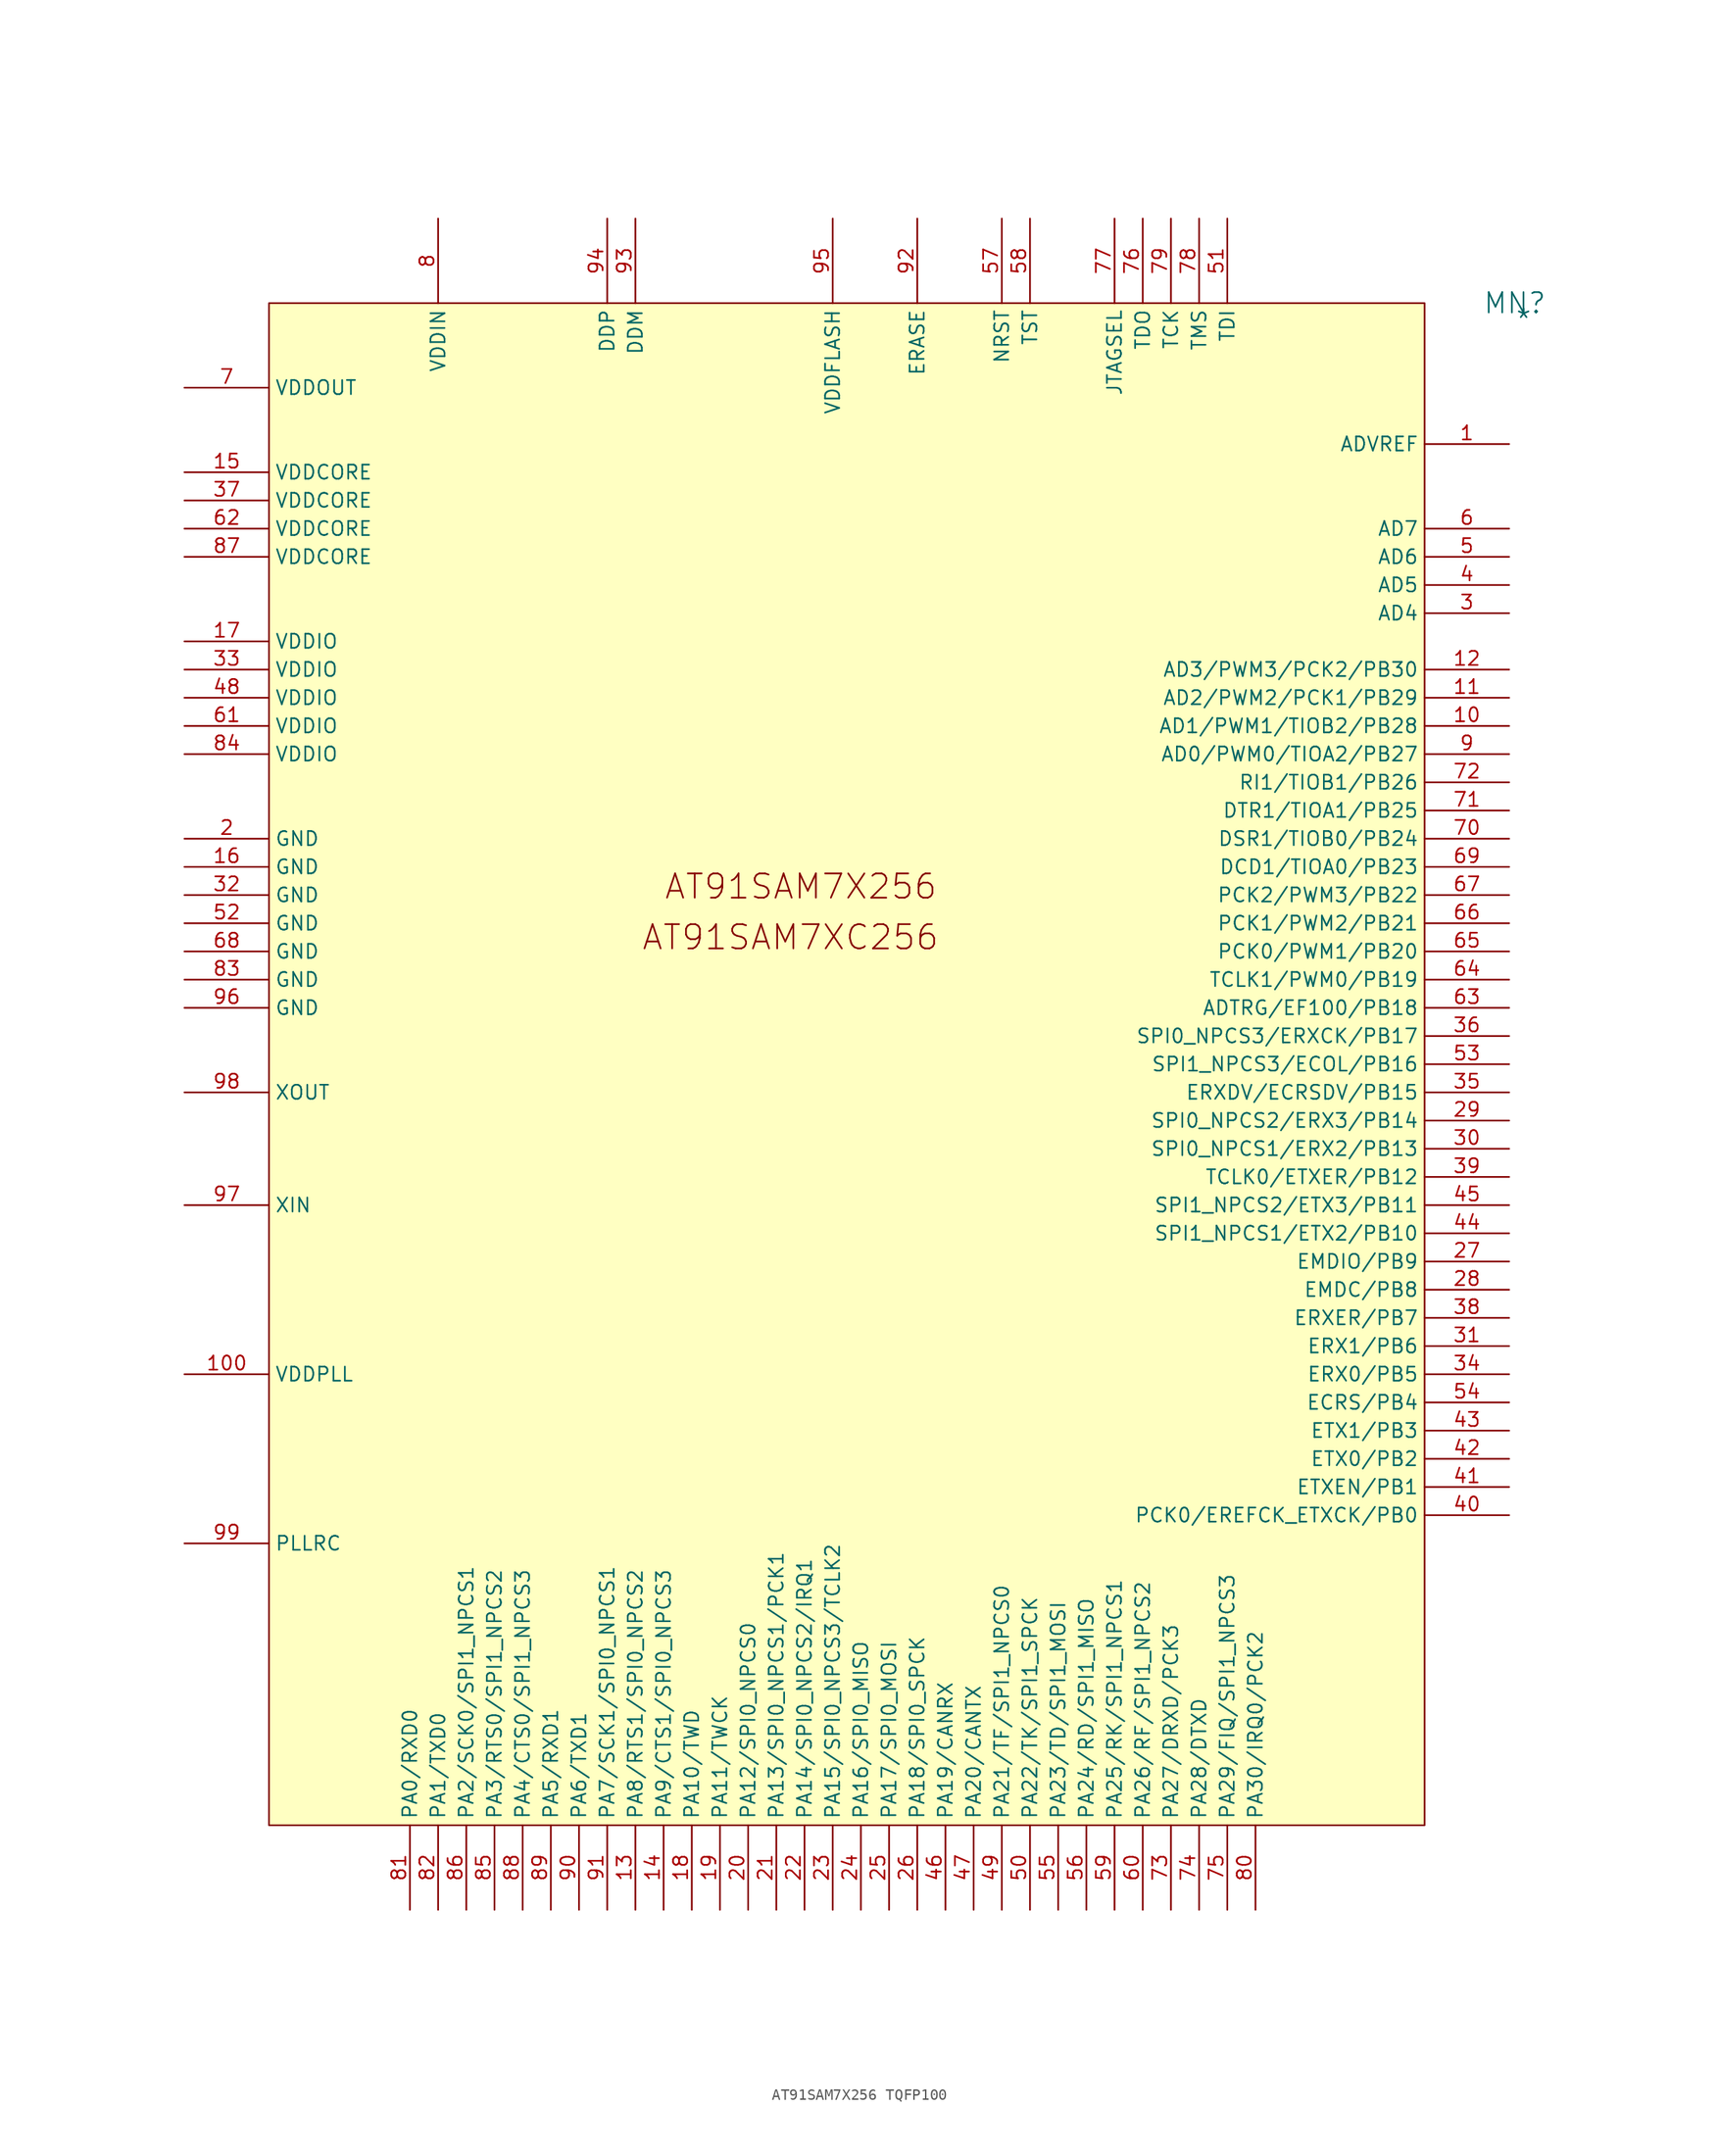
<source format=kicad_sym>
(kicad_symbol_lib
  (version 20241209)
  (generator "kicad_symbol_editor")
  (generator_version "9.0")
  (symbol "AT91SAM7X256 TQFP100"
    (property "Reference" "MN"
      (at 112.268 0 0)
      (effects (font (size 1.829 1.829))))
    (property "Value" "*"
      (at 112.268 -2.54 0)
      (effects (font (size 1.829 1.829)) (justify left bottom)))
    (symbol "AT91SAM7X256 TQFP100_1_0"
      (rectangle (start 104.14 0) (end 0 -137.16) (stroke (width 0) (type solid) (color 128 0 0 1)) (fill (type background)))
      (text "AT91SAM7XC256" (at 33.528 -58.42 0) (effects (font (size 2.184 2.184)) (justify left bottom)))
      (text "AT91SAM7X256" (at 35.56 -53.848 0) (effects (font (size 2.184 2.184)) (justify left bottom)))
      (pin power_in line (at -7.62 -7.62 0) (length 7.62) (name "VDDOUT" (effects (font (size 1.27 1.27)))) (number "7" (effects (font (size 1.27 1.27)))))
      (pin power_in line (at -7.62 -15.24 0) (length 7.62) (name "VDDCORE" (effects (font (size 1.27 1.27)))) (number "15" (effects (font (size 1.27 1.27)))))
      (pin power_in line (at -7.62 -17.78 0) (length 7.62) (name "VDDCORE" (effects (font (size 1.27 1.27)))) (number "37" (effects (font (size 1.27 1.27)))))
      (pin power_in line (at -7.62 -20.32 0) (length 7.62) (name "VDDCORE" (effects (font (size 1.27 1.27)))) (number "62" (effects (font (size 1.27 1.27)))))
      (pin power_in line (at -7.62 -22.86 0) (length 7.62) (name "VDDCORE" (effects (font (size 1.27 1.27)))) (number "87" (effects (font (size 1.27 1.27)))))
      (pin power_in line (at -7.62 -30.48 0) (length 7.62) (name "VDDIO" (effects (font (size 1.27 1.27)))) (number "17" (effects (font (size 1.27 1.27)))))
      (pin power_in line (at -7.62 -33.02 0) (length 7.62) (name "VDDIO" (effects (font (size 1.27 1.27)))) (number "33" (effects (font (size 1.27 1.27)))))
      (pin power_in line (at -7.62 -35.56 0) (length 7.62) (name "VDDIO" (effects (font (size 1.27 1.27)))) (number "48" (effects (font (size 1.27 1.27)))))
      (pin power_in line (at -7.62 -38.1 0) (length 7.62) (name "VDDIO" (effects (font (size 1.27 1.27)))) (number "61" (effects (font (size 1.27 1.27)))))
      (pin power_in line (at -7.62 -40.64 0) (length 7.62) (name "VDDIO" (effects (font (size 1.27 1.27)))) (number "84" (effects (font (size 1.27 1.27)))))
      (pin power_in line (at -7.62 -48.26 0) (length 7.62) (name "GND" (effects (font (size 1.27 1.27)))) (number "2" (effects (font (size 1.27 1.27)))))
      (pin power_in line (at -7.62 -50.8 0) (length 7.62) (name "GND" (effects (font (size 1.27 1.27)))) (number "16" (effects (font (size 1.27 1.27)))))
      (pin power_in line (at -7.62 -53.34 0) (length 7.62) (name "GND" (effects (font (size 1.27 1.27)))) (number "32" (effects (font (size 1.27 1.27)))))
      (pin power_in line (at -7.62 -55.88 0) (length 7.62) (name "GND" (effects (font (size 1.27 1.27)))) (number "52" (effects (font (size 1.27 1.27)))))
      (pin power_in line (at -7.62 -58.42 0) (length 7.62) (name "GND" (effects (font (size 1.27 1.27)))) (number "68" (effects (font (size 1.27 1.27)))))
      (pin power_in line (at -7.62 -60.96 0) (length 7.62) (name "GND" (effects (font (size 1.27 1.27)))) (number "83" (effects (font (size 1.27 1.27)))))
      (pin power_in line (at -7.62 -63.5 0) (length 7.62) (name "GND" (effects (font (size 1.27 1.27)))) (number "96" (effects (font (size 1.27 1.27)))))
      (pin output line (at -7.62 -71.12 0) (length 7.62) (name "XOUT" (effects (font (size 1.27 1.27)))) (number "98" (effects (font (size 1.27 1.27)))))
      (pin input line (at -7.62 -81.28 0) (length 7.62) (name "XIN" (effects (font (size 1.27 1.27)))) (number "97" (effects (font (size 1.27 1.27)))))
      (pin power_in line (at -7.62 -96.52 0) (length 7.62) (name "VDDPLL" (effects (font (size 1.27 1.27)))) (number "100" (effects (font (size 1.27 1.27)))))
      (pin input line (at -7.62 -111.76 0) (length 7.62) (name "PLLRC" (effects (font (size 1.27 1.27)))) (number "99" (effects (font (size 1.27 1.27)))))
      (pin bidirectional line (at 12.7 -144.78 90) (length 7.62) (name "PA0/RXD0" (effects (font (size 1.27 1.27)))) (number "81" (effects (font (size 1.27 1.27)))))
      (pin power_in line (at 15.24 7.62 270) (length 7.62) (name "VDDIN" (effects (font (size 1.27 1.27)))) (number "8" (effects (font (size 1.27 1.27)))))
      (pin bidirectional line (at 15.24 -144.78 90) (length 7.62) (name "PA1/TXD0" (effects (font (size 1.27 1.27)))) (number "82" (effects (font (size 1.27 1.27)))))
      (pin bidirectional line (at 17.78 -144.78 90) (length 7.62) (name "PA2/SCK0/SPI1_NPCS1" (effects (font (size 1.27 1.27)))) (number "86" (effects (font (size 1.27 1.27)))))
      (pin bidirectional line (at 20.32 -144.78 90) (length 7.62) (name "PA3/RTS0/SPI1_NPCS2" (effects (font (size 1.27 1.27)))) (number "85" (effects (font (size 1.27 1.27)))))
      (pin bidirectional line (at 22.86 -144.78 90) (length 7.62) (name "PA4/CTS0/SPI1_NPCS3" (effects (font (size 1.27 1.27)))) (number "88" (effects (font (size 1.27 1.27)))))
      (pin bidirectional line (at 25.4 -144.78 90) (length 7.62) (name "PA5/RXD1" (effects (font (size 1.27 1.27)))) (number "89" (effects (font (size 1.27 1.27)))))
      (pin bidirectional line (at 27.94 -144.78 90) (length 7.62) (name "PA6/TXD1" (effects (font (size 1.27 1.27)))) (number "90" (effects (font (size 1.27 1.27)))))
      (pin passive line (at 30.48 7.62 270) (length 7.62) (name "DDP" (effects (font (size 1.27 1.27)))) (number "94" (effects (font (size 1.27 1.27)))))
      (pin bidirectional line (at 30.48 -144.78 90) (length 7.62) (name "PA7/SCK1/SPI0_NPCS1" (effects (font (size 1.27 1.27)))) (number "91" (effects (font (size 1.27 1.27)))))
      (pin passive line (at 33.02 7.62 270) (length 7.62) (name "DDM" (effects (font (size 1.27 1.27)))) (number "93" (effects (font (size 1.27 1.27)))))
      (pin bidirectional line (at 33.02 -144.78 90) (length 7.62) (name "PA8/RTS1/SPI0_NPCS2" (effects (font (size 1.27 1.27)))) (number "13" (effects (font (size 1.27 1.27)))))
      (pin bidirectional line (at 35.56 -144.78 90) (length 7.62) (name "PA9/CTS1/SPI0_NPCS3" (effects (font (size 1.27 1.27)))) (number "14" (effects (font (size 1.27 1.27)))))
      (pin bidirectional line (at 38.1 -144.78 90) (length 7.62) (name "PA10/TWD" (effects (font (size 1.27 1.27)))) (number "18" (effects (font (size 1.27 1.27)))))
      (pin bidirectional line (at 40.64 -144.78 90) (length 7.62) (name "PA11/TWCK" (effects (font (size 1.27 1.27)))) (number "19" (effects (font (size 1.27 1.27)))))
      (pin bidirectional line (at 43.18 -144.78 90) (length 7.62) (name "PA12/SPI0_NPCS0" (effects (font (size 1.27 1.27)))) (number "20" (effects (font (size 1.27 1.27)))))
      (pin bidirectional line (at 45.72 -144.78 90) (length 7.62) (name "PA13/SPI0_NPCS1/PCK1" (effects (font (size 1.27 1.27)))) (number "21" (effects (font (size 1.27 1.27)))))
      (pin bidirectional line (at 48.26 -144.78 90) (length 7.62) (name "PA14/SPI0_NPCS2/IRQ1" (effects (font (size 1.27 1.27)))) (number "22" (effects (font (size 1.27 1.27)))))
      (pin power_in line (at 50.8 7.62 270) (length 7.62) (name "VDDFLASH" (effects (font (size 1.27 1.27)))) (number "95" (effects (font (size 1.27 1.27)))))
      (pin bidirectional line (at 50.8 -144.78 90) (length 7.62) (name "PA15/SPI0_NPCS3/TCLK2" (effects (font (size 1.27 1.27)))) (number "23" (effects (font (size 1.27 1.27)))))
      (pin bidirectional line (at 53.34 -144.78 90) (length 7.62) (name "PA16/SPI0_MISO" (effects (font (size 1.27 1.27)))) (number "24" (effects (font (size 1.27 1.27)))))
      (pin bidirectional line (at 55.88 -144.78 90) (length 7.62) (name "PA17/SPI0_MOSI" (effects (font (size 1.27 1.27)))) (number "25" (effects (font (size 1.27 1.27)))))
      (pin input line (at 58.42 7.62 270) (length 7.62) (name "ERASE" (effects (font (size 1.27 1.27)))) (number "92" (effects (font (size 1.27 1.27)))))
      (pin bidirectional line (at 58.42 -144.78 90) (length 7.62) (name "PA18/SPI0_SPCK" (effects (font (size 1.27 1.27)))) (number "26" (effects (font (size 1.27 1.27)))))
      (pin bidirectional line (at 60.96 -144.78 90) (length 7.62) (name "PA19/CANRX" (effects (font (size 1.27 1.27)))) (number "46" (effects (font (size 1.27 1.27)))))
      (pin bidirectional line (at 63.5 -144.78 90) (length 7.62) (name "PA20/CANTX" (effects (font (size 1.27 1.27)))) (number "47" (effects (font (size 1.27 1.27)))))
      (pin input line (at 66.04 7.62 270) (length 7.62) (name "NRST" (effects (font (size 1.27 1.27)))) (number "57" (effects (font (size 1.27 1.27)))))
      (pin bidirectional line (at 66.04 -144.78 90) (length 7.62) (name "PA21/TF/SPI1_NPCS0" (effects (font (size 1.27 1.27)))) (number "49" (effects (font (size 1.27 1.27)))))
      (pin input line (at 68.58 7.62 270) (length 7.62) (name "TST" (effects (font (size 1.27 1.27)))) (number "58" (effects (font (size 1.27 1.27)))))
      (pin bidirectional line (at 68.58 -144.78 90) (length 7.62) (name "PA22/TK/SPI1_SPCK" (effects (font (size 1.27 1.27)))) (number "50" (effects (font (size 1.27 1.27)))))
      (pin bidirectional line (at 71.12 -144.78 90) (length 7.62) (name "PA23/TD/SPI1_MOSI" (effects (font (size 1.27 1.27)))) (number "55" (effects (font (size 1.27 1.27)))))
      (pin bidirectional line (at 73.66 -144.78 90) (length 7.62) (name "PA24/RD/SPI1_MISO" (effects (font (size 1.27 1.27)))) (number "56" (effects (font (size 1.27 1.27)))))
      (pin input line (at 76.2 7.62 270) (length 7.62) (name "JTAGSEL" (effects (font (size 1.27 1.27)))) (number "77" (effects (font (size 1.27 1.27)))))
      (pin bidirectional line (at 76.2 -144.78 90) (length 7.62) (name "PA25/RK/SPI1_NPCS1" (effects (font (size 1.27 1.27)))) (number "59" (effects (font (size 1.27 1.27)))))
      (pin output line (at 78.74 7.62 270) (length 7.62) (name "TDO" (effects (font (size 1.27 1.27)))) (number "76" (effects (font (size 1.27 1.27)))))
      (pin bidirectional line (at 78.74 -144.78 90) (length 7.62) (name "PA26/RF/SPI1_NPCS2" (effects (font (size 1.27 1.27)))) (number "60" (effects (font (size 1.27 1.27)))))
      (pin input line (at 81.28 7.62 270) (length 7.62) (name "TCK" (effects (font (size 1.27 1.27)))) (number "79" (effects (font (size 1.27 1.27)))))
      (pin bidirectional line (at 81.28 -144.78 90) (length 7.62) (name "PA27/DRXD/PCK3" (effects (font (size 1.27 1.27)))) (number "73" (effects (font (size 1.27 1.27)))))
      (pin input line (at 83.82 7.62 270) (length 7.62) (name "TMS" (effects (font (size 1.27 1.27)))) (number "78" (effects (font (size 1.27 1.27)))))
      (pin bidirectional line (at 83.82 -144.78 90) (length 7.62) (name "PA28/DTXD" (effects (font (size 1.27 1.27)))) (number "74" (effects (font (size 1.27 1.27)))))
      (pin input line (at 86.36 7.62 270) (length 7.62) (name "TDI" (effects (font (size 1.27 1.27)))) (number "51" (effects (font (size 1.27 1.27)))))
      (pin bidirectional line (at 86.36 -144.78 90) (length 7.62) (name "PA29/FIQ/SPI1_NPCS3" (effects (font (size 1.27 1.27)))) (number "75" (effects (font (size 1.27 1.27)))))
      (pin bidirectional line (at 88.9 -144.78 90) (length 7.62) (name "PA30/IRQ0/PCK2" (effects (font (size 1.27 1.27)))) (number "80" (effects (font (size 1.27 1.27)))))
      (pin input line (at 111.76 -12.7 180) (length 7.62) (name "ADVREF" (effects (font (size 1.27 1.27)))) (number "1" (effects (font (size 1.27 1.27)))))
      (pin input line (at 111.76 -20.32 180) (length 7.62) (name "AD7" (effects (font (size 1.27 1.27)))) (number "6" (effects (font (size 1.27 1.27)))))
      (pin input line (at 111.76 -22.86 180) (length 7.62) (name "AD6" (effects (font (size 1.27 1.27)))) (number "5" (effects (font (size 1.27 1.27)))))
      (pin input line (at 111.76 -25.4 180) (length 7.62) (name "AD5" (effects (font (size 1.27 1.27)))) (number "4" (effects (font (size 1.27 1.27)))))
      (pin input line (at 111.76 -27.94 180) (length 7.62) (name "AD4" (effects (font (size 1.27 1.27)))) (number "3" (effects (font (size 1.27 1.27)))))
      (pin bidirectional line (at 111.76 -33.02 180) (length 7.62) (name "AD3/PWM3/PCK2/PB30" (effects (font (size 1.27 1.27)))) (number "12" (effects (font (size 1.27 1.27)))))
      (pin bidirectional line (at 111.76 -35.56 180) (length 7.62) (name "AD2/PWM2/PCK1/PB29" (effects (font (size 1.27 1.27)))) (number "11" (effects (font (size 1.27 1.27)))))
      (pin bidirectional line (at 111.76 -38.1 180) (length 7.62) (name "AD1/PWM1/TIOB2/PB28" (effects (font (size 1.27 1.27)))) (number "10" (effects (font (size 1.27 1.27)))))
      (pin bidirectional line (at 111.76 -40.64 180) (length 7.62) (name "AD0/PWM0/TIOA2/PB27" (effects (font (size 1.27 1.27)))) (number "9" (effects (font (size 1.27 1.27)))))
      (pin bidirectional line (at 111.76 -43.18 180) (length 7.62) (name "RI1/TIOB1/PB26" (effects (font (size 1.27 1.27)))) (number "72" (effects (font (size 1.27 1.27)))))
      (pin bidirectional line (at 111.76 -45.72 180) (length 7.62) (name "DTR1/TIOA1/PB25" (effects (font (size 1.27 1.27)))) (number "71" (effects (font (size 1.27 1.27)))))
      (pin bidirectional line (at 111.76 -48.26 180) (length 7.62) (name "DSR1/TIOB0/PB24" (effects (font (size 1.27 1.27)))) (number "70" (effects (font (size 1.27 1.27)))))
      (pin bidirectional line (at 111.76 -50.8 180) (length 7.62) (name "DCD1/TIOA0/PB23" (effects (font (size 1.27 1.27)))) (number "69" (effects (font (size 1.27 1.27)))))
      (pin bidirectional line (at 111.76 -53.34 180) (length 7.62) (name "PCK2/PWM3/PB22" (effects (font (size 1.27 1.27)))) (number "67" (effects (font (size 1.27 1.27)))))
      (pin bidirectional line (at 111.76 -55.88 180) (length 7.62) (name "PCK1/PWM2/PB21" (effects (font (size 1.27 1.27)))) (number "66" (effects (font (size 1.27 1.27)))))
      (pin bidirectional line (at 111.76 -58.42 180) (length 7.62) (name "PCK0/PWM1/PB20" (effects (font (size 1.27 1.27)))) (number "65" (effects (font (size 1.27 1.27)))))
      (pin bidirectional line (at 111.76 -60.96 180) (length 7.62) (name "TCLK1/PWM0/PB19" (effects (font (size 1.27 1.27)))) (number "64" (effects (font (size 1.27 1.27)))))
      (pin bidirectional line (at 111.76 -63.5 180) (length 7.62) (name "ADTRG/EF100/PB18" (effects (font (size 1.27 1.27)))) (number "63" (effects (font (size 1.27 1.27)))))
      (pin bidirectional line (at 111.76 -66.04 180) (length 7.62) (name "SPI0_NPCS3/ERXCK/PB17" (effects (font (size 1.27 1.27)))) (number "36" (effects (font (size 1.27 1.27)))))
      (pin bidirectional line (at 111.76 -68.58 180) (length 7.62) (name "SPI1_NPCS3/ECOL/PB16" (effects (font (size 1.27 1.27)))) (number "53" (effects (font (size 1.27 1.27)))))
      (pin bidirectional line (at 111.76 -71.12 180) (length 7.62) (name "ERXDV/ECRSDV/PB15" (effects (font (size 1.27 1.27)))) (number "35" (effects (font (size 1.27 1.27)))))
      (pin bidirectional line (at 111.76 -73.66 180) (length 7.62) (name "SPI0_NPCS2/ERX3/PB14" (effects (font (size 1.27 1.27)))) (number "29" (effects (font (size 1.27 1.27)))))
      (pin bidirectional line (at 111.76 -76.2 180) (length 7.62) (name "SPI0_NPCS1/ERX2/PB13" (effects (font (size 1.27 1.27)))) (number "30" (effects (font (size 1.27 1.27)))))
      (pin bidirectional line (at 111.76 -78.74 180) (length 7.62) (name "TCLK0/ETXER/PB12" (effects (font (size 1.27 1.27)))) (number "39" (effects (font (size 1.27 1.27)))))
      (pin bidirectional line (at 111.76 -81.28 180) (length 7.62) (name "SPI1_NPCS2/ETX3/PB11" (effects (font (size 1.27 1.27)))) (number "45" (effects (font (size 1.27 1.27)))))
      (pin bidirectional line (at 111.76 -83.82 180) (length 7.62) (name "SPI1_NPCS1/ETX2/PB10" (effects (font (size 1.27 1.27)))) (number "44" (effects (font (size 1.27 1.27)))))
      (pin bidirectional line (at 111.76 -86.36 180) (length 7.62) (name "EMDIO/PB9" (effects (font (size 1.27 1.27)))) (number "27" (effects (font (size 1.27 1.27)))))
      (pin bidirectional line (at 111.76 -88.9 180) (length 7.62) (name "EMDC/PB8" (effects (font (size 1.27 1.27)))) (number "28" (effects (font (size 1.27 1.27)))))
      (pin bidirectional line (at 111.76 -91.44 180) (length 7.62) (name "ERXER/PB7" (effects (font (size 1.27 1.27)))) (number "38" (effects (font (size 1.27 1.27)))))
      (pin bidirectional line (at 111.76 -93.98 180) (length 7.62) (name "ERX1/PB6" (effects (font (size 1.27 1.27)))) (number "31" (effects (font (size 1.27 1.27)))))
      (pin bidirectional line (at 111.76 -96.52 180) (length 7.62) (name "ERX0/PB5" (effects (font (size 1.27 1.27)))) (number "34" (effects (font (size 1.27 1.27)))))
      (pin bidirectional line (at 111.76 -99.06 180) (length 7.62) (name "ECRS/PB4" (effects (font (size 1.27 1.27)))) (number "54" (effects (font (size 1.27 1.27)))))
      (pin bidirectional line (at 111.76 -101.6 180) (length 7.62) (name "ETX1/PB3" (effects (font (size 1.27 1.27)))) (number "43" (effects (font (size 1.27 1.27)))))
      (pin bidirectional line (at 111.76 -104.14 180) (length 7.62) (name "ETX0/PB2" (effects (font (size 1.27 1.27)))) (number "42" (effects (font (size 1.27 1.27)))))
      (pin bidirectional line (at 111.76 -106.68 180) (length 7.62) (name "ETXEN/PB1" (effects (font (size 1.27 1.27)))) (number "41" (effects (font (size 1.27 1.27)))))
      (pin bidirectional line (at 111.76 -109.22 180) (length 7.62) (name "PCK0/EREFCK_ETXCK/PB0" (effects (font (size 1.27 1.27)))) (number "40" (effects (font (size 1.27 1.27))))))))
</source>
